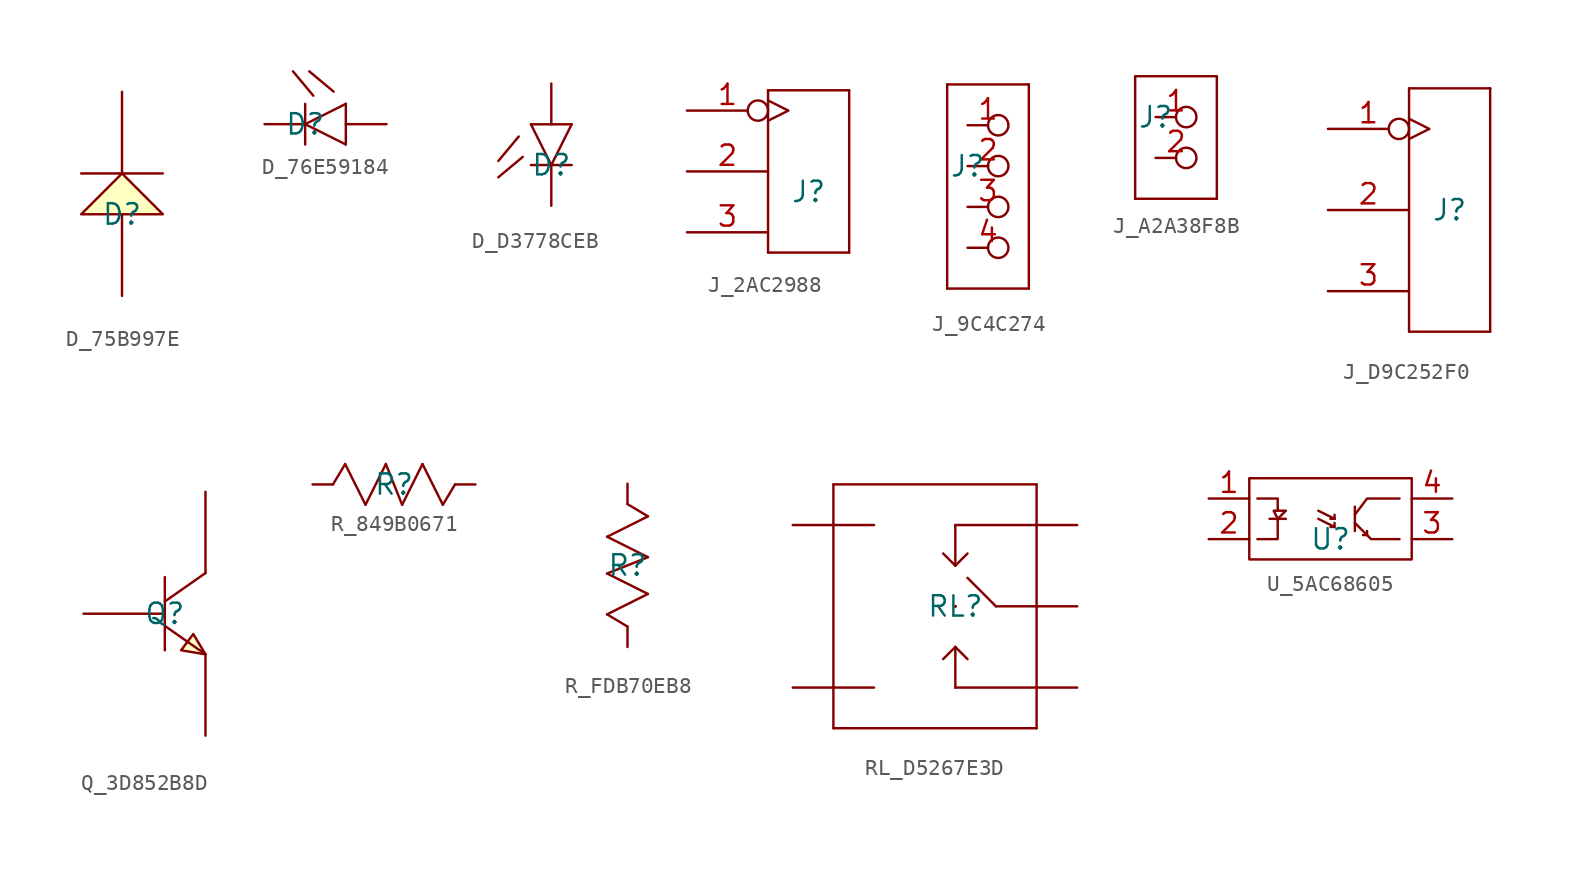
<source format=kicad_sym>
(kicad_symbol_lib
  (version 20211014)
  (generator kicad_symbol_editor)
  (symbol "D_75B997E"
    (pin_numbers hide)
    (pin_names
      (offset 2) hide)
    (property "Reference" "D"
      (at 0 0 0)
      (effects (font (size 1.27 1.27))))
    (property "Value" ""
      (at 0 0 0)
      (effects (font (size 1.27 1.27))))
    (symbol "D_75B997E_0_1"
      (polyline (pts (xy -2.54 2.54) (xy 2.54 2.54)) (stroke (width 0) (type default) (color 0 0 0 0)) (fill (type none)))
      (polyline (pts (xy 2.54 0) (xy 0 2.54) (xy -2.54 0) (xy 2.54 0)) (stroke (width 0) (type default) (color 0 0 0 0)) (fill (type background))))
    (symbol "D_75B997E_1_1"
      (pin passive line (at 0 -5.08 90) (length 5.08) (name "A" (effects (font (size 1.27 1.27)))) (number "1" (effects (font (size 1.27 1.27)))))
      (pin passive line (at 0 7.62 270) (length 5.08) (name "K" (effects (font (size 1.27 1.27)))) (number "2" (effects (font (size 1.27 1.27)))))))
  (symbol "D_76E59184"
    (pin_numbers hide)
    (pin_names
      (offset 2) hide)
    (property "Reference" "D"
      (at 0 0 0)
      (effects (font (size 1.27 1.27))))
    (property "Value" ""
      (at 0 0 0)
      (effects (font (size 1.27 1.27))))
    (symbol "D_76E59184_0_1"
      (polyline (pts (xy 0 -1.27) (xy 0 0)) (stroke (width 0) (type default) (color 0 0 0 0)) (fill (type none)))
      (polyline (pts (xy 0 0) (xy 0 1.27)) (stroke (width 0) (type default) (color 0 0 0 0)) (fill (type none)))
      (polyline (pts (xy 0 0) (xy 2.54 1.27)) (stroke (width 0) (type default) (color 0 0 0 0)) (fill (type none)))
      (polyline (pts (xy 0.508 1.778) (xy -0.762 3.302)) (stroke (width 0) (type default) (color 0 0 0 0)) (fill (type none)))
      (polyline (pts (xy 1.778 2.032) (xy 0.254 3.302)) (stroke (width 0) (type default) (color 0 0 0 0)) (fill (type none)))
      (polyline (pts (xy 2.54 -1.27) (xy 0 0)) (stroke (width 0) (type default) (color 0 0 0 0)) (fill (type none)))
      (polyline (pts (xy 2.54 -1.27) (xy 2.54 1.27)) (stroke (width 0) (type default) (color 0 0 0 0)) (fill (type none))))
    (symbol "D_76E59184_1_1"
      (pin passive line (at 5.08 0 180) (length 2.54) (name "ANODE" (effects (font (size 1.27 1.27)))) (number "1" (effects (font (size 1.27 1.27)))))
      (pin passive line (at -2.54 0 0) (length 2.54) (name "CATHODE" (effects (font (size 1.27 1.27)))) (number "2" (effects (font (size 1.27 1.27)))))))
  (symbol "D_D3778CEB"
    (pin_numbers hide)
    (pin_names
      (offset 2) hide)
    (property "Reference" "D"
      (at 0 0 0)
      (effects (font (size 1.27 1.27))))
    (property "Value" ""
      (at 0 0 0)
      (effects (font (size 1.27 1.27))))
    (symbol "D_D3778CEB_0_1"
      (polyline (pts (xy -2.032 1.778) (xy -3.302 0.254)) (stroke (width 0) (type default) (color 0 0 0 0)) (fill (type none)))
      (polyline (pts (xy -1.778 0.508) (xy -3.302 -0.762)) (stroke (width 0) (type default) (color 0 0 0 0)) (fill (type none)))
      (polyline (pts (xy 0 0) (xy -1.27 0)) (stroke (width 0) (type default) (color 0 0 0 0)) (fill (type none)))
      (polyline (pts (xy 0 0) (xy -1.27 2.54)) (stroke (width 0) (type default) (color 0 0 0 0)) (fill (type none)))
      (polyline (pts (xy 1.27 0) (xy 0 0)) (stroke (width 0) (type default) (color 0 0 0 0)) (fill (type none)))
      (polyline (pts (xy 1.27 2.54) (xy -1.27 2.54)) (stroke (width 0) (type default) (color 0 0 0 0)) (fill (type none)))
      (polyline (pts (xy 1.27 2.54) (xy 0 0)) (stroke (width 0) (type default) (color 0 0 0 0)) (fill (type none))))
    (symbol "D_D3778CEB_1_1"
      (pin passive line (at 0 5.08 270) (length 2.54) (name "ANODE" (effects (font (size 1.27 1.27)))) (number "1" (effects (font (size 1.27 1.27)))))
      (pin passive line (at 0 -2.54 90) (length 2.54) (name "CATHODE" (effects (font (size 1.27 1.27)))) (number "3" (effects (font (size 1.27 1.27)))))))
  (symbol "J_2AC2988"
    (pin_names
      (offset 2) hide)
    (property "Reference" "J"
      (at 0 0 0)
      (effects (font (size 1.27 1.27))))
    (property "Value" ""
      (at 0 0 0)
      (effects (font (size 1.27 1.27))))
    (symbol "J_2AC2988_0_1"
      (polyline (pts (xy -2.54 -3.81) (xy -2.54 6.35)) (stroke (width 0) (type default) (color 0 0 0 0)) (fill (type none)))
      (polyline (pts (xy -2.54 6.35) (xy 2.54 6.35)) (stroke (width 0) (type default) (color 0 0 0 0)) (fill (type none)))
      (polyline (pts (xy 2.54 -3.81) (xy -2.54 -3.81)) (stroke (width 0) (type default) (color 0 0 0 0)) (fill (type none)))
      (polyline (pts (xy 2.54 6.35) (xy 2.54 -3.81)) (stroke (width 0) (type default) (color 0 0 0 0)) (fill (type none))))
    (symbol "J_2AC2988_1_1"
      (pin passive inverted_clock (at -7.62 5.08 0) (length 5.08) (name "P$1" (effects (font (size 1.27 1.27)))) (number "1" (effects (font (size 1.27 1.27)))))
      (pin passive line (at -7.62 1.27 0) (length 5.08) (name "P$2" (effects (font (size 1.27 1.27)))) (number "2" (effects (font (size 1.27 1.27)))))
      (pin passive line (at -7.62 -2.54 0) (length 5.08) (name "P$3" (effects (font (size 1.27 1.27)))) (number "3" (effects (font (size 1.27 1.27)))))))
  (symbol "J_9C4C274"
    (pin_names
      (offset 2) hide)
    (property "Reference" "J"
      (at 0 0 0)
      (effects (font (size 1.27 1.27))))
    (symbol "J_9C4C274_0_1"
      (polyline (pts (xy -1.27 -7.62) (xy -1.27 5.08)) (stroke (width 0) (type default) (color 0 0 0 0)) (fill (type none)))
      (polyline (pts (xy -1.27 5.08) (xy 3.81 5.08)) (stroke (width 0) (type default) (color 0 0 0 0)) (fill (type none)))
      (polyline (pts (xy 3.81 -7.62) (xy -1.27 -7.62)) (stroke (width 0) (type default) (color 0 0 0 0)) (fill (type none)))
      (polyline (pts (xy 3.81 5.08) (xy 3.81 -7.62)) (stroke (width 0) (type default) (color 0 0 0 0)) (fill (type none))))
    (symbol "J_9C4C274_1_1"
      (pin passive inverted (at 0 2.54 0) (length 2.54) (name "1" (effects (font (size 1.27 1.27)))) (number "1" (effects (font (size 1.27 1.27)))))
      (pin passive inverted (at 0 0 0) (length 2.54) (name "2" (effects (font (size 1.27 1.27)))) (number "2" (effects (font (size 1.27 1.27)))))
      (pin passive inverted (at 0 -2.54 0) (length 2.54) (name "3" (effects (font (size 1.27 1.27)))) (number "3" (effects (font (size 1.27 1.27)))))
      (pin passive inverted (at 0 -5.08 0) (length 2.54) (name "4" (effects (font (size 1.27 1.27)))) (number "4" (effects (font (size 1.27 1.27)))))))
  (symbol "J_A2A38F8B"
    (pin_names
      (offset 2) hide)
    (property "Reference" "J"
      (at 0 0 0)
      (effects (font (size 1.27 1.27))))
    (property "Value" ""
      (at 0 0 0)
      (effects (font (size 1.27 1.27))))
    (symbol "J_A2A38F8B_0_1"
      (polyline (pts (xy -1.27 -5.08) (xy -1.27 2.54)) (stroke (width 0) (type default) (color 0 0 0 0)) (fill (type none)))
      (polyline (pts (xy -1.27 2.54) (xy 3.81 2.54)) (stroke (width 0) (type default) (color 0 0 0 0)) (fill (type none)))
      (polyline (pts (xy 3.81 -5.08) (xy -1.27 -5.08)) (stroke (width 0) (type default) (color 0 0 0 0)) (fill (type none)))
      (polyline (pts (xy 3.81 2.54) (xy 3.81 -5.08)) (stroke (width 0) (type default) (color 0 0 0 0)) (fill (type none))))
    (symbol "J_A2A38F8B_1_1"
      (pin passive inverted (at 0 0 0) (length 2.54) (name "1" (effects (font (size 1.27 1.27)))) (number "1" (effects (font (size 1.27 1.27)))))
      (pin passive inverted (at 0 -2.54 0) (length 2.54) (name "2" (effects (font (size 1.27 1.27)))) (number "2" (effects (font (size 1.27 1.27)))))))
  (symbol "J_D9C252F0"
    (pin_names
      (offset 2) hide)
    (property "Reference" "J"
      (at 0 0 0)
      (effects (font (size 1.27 1.27))))
    (property "Value" ""
      (at 0 0 0)
      (effects (font (size 1.27 1.27))))
    (symbol "J_D9C252F0_0_1"
      (polyline (pts (xy -2.54 -7.62) (xy -2.54 7.62)) (stroke (width 0) (type default) (color 0 0 0 0)) (fill (type none)))
      (polyline (pts (xy -2.54 7.62) (xy 2.54 7.62)) (stroke (width 0) (type default) (color 0 0 0 0)) (fill (type none)))
      (polyline (pts (xy 2.54 -7.62) (xy 0 -7.62) (xy -2.54 -7.62)) (stroke (width 0) (type default) (color 0 0 0 0)) (fill (type none)))
      (polyline (pts (xy 2.54 7.62) (xy 2.54 0) (xy 2.54 -7.62)) (stroke (width 0) (type default) (color 0 0 0 0)) (fill (type none))))
    (symbol "J_D9C252F0_1_1"
      (pin passive inverted_clock (at -7.62 5.08 0) (length 5.08) (name "P$1" (effects (font (size 1.27 1.27)))) (number "1" (effects (font (size 1.27 1.27)))))
      (pin passive line (at -7.62 0 0) (length 5.08) (name "P$2" (effects (font (size 1.27 1.27)))) (number "2" (effects (font (size 1.27 1.27)))))
      (pin passive line (at -7.62 -5.08 0) (length 5.08) (name "P$3" (effects (font (size 1.27 1.27)))) (number "3" (effects (font (size 1.27 1.27)))))))
  (symbol "Q_3D852B8D"
    (pin_numbers hide)
    (pin_names
      (offset 2) hide)
    (property "Reference" "Q"
      (at 0 0 0)
      (effects (font (size 1.27 1.27))))
    (property "Value" ""
      (at 0 0 0)
      (effects (font (size 1.27 1.27))))
    (symbol "Q_3D852B8D_0_1"
      (polyline (pts (xy 0 -0.762) (xy 2.54 -2.54)) (stroke (width 0) (type default) (color 0 0 0 0)) (fill (type none)))
      (polyline (pts (xy 0 2.286) (xy 0 -2.286)) (stroke (width 0) (type default) (color 0 0 0 0)) (fill (type none)))
      (polyline (pts (xy 2.54 2.54) (xy 0 0.762)) (stroke (width 0) (type default) (color 0 0 0 0)) (fill (type none)))
      (polyline (pts (xy 2.54 -2.54) (xy 1.778 -1.27) (xy 1.016 -2.286) (xy 2.54 -2.54)) (stroke (width 0) (type default) (color 0 0 0 0)) (fill (type background))))
    (symbol "Q_3D852B8D_1_1"
      (pin passive line (at 2.54 7.62 270) (length 5.08) (name "C" (effects (font (size 1.27 1.27)))) (number "1" (effects (font (size 1.27 1.27)))))
      (pin passive line (at -5.08 0 0) (length 5.08) (name "B" (effects (font (size 1.27 1.27)))) (number "2" (effects (font (size 1.27 1.27)))))
      (pin passive line (at 2.54 -7.62 90) (length 5.08) (name "E" (effects (font (size 1.27 1.27)))) (number "3" (effects (font (size 1.27 1.27)))))))
  (symbol "R_849B0671"
    (pin_numbers hide)
    (pin_names
      (offset 2) hide)
    (property "Reference" "R"
      (at 0 0 0)
      (effects (font (size 1.27 1.27))))
    (property "Value" ""
      (at 0 0 0)
      (effects (font (size 1.27 1.27))))
    (symbol "R_849B0671_0_1"
      (polyline (pts (xy -3.81 0) (xy -3.048 1.27)) (stroke (width 0) (type default) (color 0 0 0 0)) (fill (type none)))
      (polyline (pts (xy -3.048 1.27) (xy -1.778 -1.27)) (stroke (width 0) (type default) (color 0 0 0 0)) (fill (type none)))
      (polyline (pts (xy -1.778 -1.27) (xy -0.508 1.27)) (stroke (width 0) (type default) (color 0 0 0 0)) (fill (type none)))
      (polyline (pts (xy -0.508 1.27) (xy 0.508 -1.27)) (stroke (width 0) (type default) (color 0 0 0 0)) (fill (type none)))
      (polyline (pts (xy 0.508 -1.27) (xy 1.778 1.27)) (stroke (width 0) (type default) (color 0 0 0 0)) (fill (type none)))
      (polyline (pts (xy 1.778 1.27) (xy 3.048 -1.27)) (stroke (width 0) (type default) (color 0 0 0 0)) (fill (type none)))
      (polyline (pts (xy 3.048 -1.27) (xy 3.81 0)) (stroke (width 0) (type default) (color 0 0 0 0)) (fill (type none))))
    (symbol "R_849B0671_1_1"
      (pin passive line (at 5.08 0 180) (length 1.27) (name "1" (effects (font (size 1.27 1.27)))) (number "1" (effects (font (size 1.27 1.27)))))
      (pin passive line (at -5.08 0 0) (length 1.27) (name "2" (effects (font (size 1.27 1.27)))) (number "2" (effects (font (size 1.27 1.27)))))))
  (symbol "R_FDB70EB8"
    (pin_numbers hide)
    (pin_names
      (offset 2) hide)
    (property "Reference" "R"
      (at 0 0 0)
      (effects (font (size 1.27 1.27))))
    (property "Value" ""
      (at 0 0 0)
      (effects (font (size 1.27 1.27))))
    (symbol "R_FDB70EB8_0_1"
      (polyline (pts (xy -1.27 -3.048) (xy 0 -3.81)) (stroke (width 0) (type default) (color 0 0 0 0)) (fill (type none)))
      (polyline (pts (xy -1.27 -0.508) (xy 1.27 -1.778)) (stroke (width 0) (type default) (color 0 0 0 0)) (fill (type none)))
      (polyline (pts (xy -1.27 1.778) (xy 1.27 0.508)) (stroke (width 0) (type default) (color 0 0 0 0)) (fill (type none)))
      (polyline (pts (xy 0 3.81) (xy 1.27 3.048)) (stroke (width 0) (type default) (color 0 0 0 0)) (fill (type none)))
      (polyline (pts (xy 1.27 -1.778) (xy -1.27 -3.048)) (stroke (width 0) (type default) (color 0 0 0 0)) (fill (type none)))
      (polyline (pts (xy 1.27 0.508) (xy -1.27 -0.508)) (stroke (width 0) (type default) (color 0 0 0 0)) (fill (type none)))
      (polyline (pts (xy 1.27 3.048) (xy -1.27 1.778)) (stroke (width 0) (type default) (color 0 0 0 0)) (fill (type none))))
    (symbol "R_FDB70EB8_1_1"
      (pin passive line (at 0 -5.08 90) (length 1.27) (name "1" (effects (font (size 1.27 1.27)))) (number "1" (effects (font (size 1.27 1.27)))))
      (pin passive line (at 0 5.08 270) (length 1.27) (name "2" (effects (font (size 1.27 1.27)))) (number "2" (effects (font (size 1.27 1.27)))))))
  (symbol "RL_D5267E3D"
    (pin_numbers hide)
    (pin_names
      (offset 2) hide)
    (property "Reference" "RL"
      (at 0 0 0)
      (effects (font (size 1.27 1.27))))
    (property "Value" ""
      (at 0 0 0)
      (effects (font (size 1.27 1.27))))
    (symbol "RL_D5267E3D_0_1"
      (arc (start 0 0) (mid 0 0) (end 0 0) (stroke (width 0) (type default) (color 0 0 0 0)) (fill (type none)))
      (arc (start 0 0) (mid 0 0) (end 0 0) (stroke (width 0) (type default) (color 0 0 0 0)) (fill (type none)))
      (arc (start 0 0) (mid 0 0) (end 0 0) (stroke (width 0) (type default) (color 0 0 0 0)) (fill (type none)))
      (arc (start 0 0) (mid 0 0) (end 0 0) (stroke (width 0) (type default) (color 0 0 0 0)) (fill (type none)))
      (arc (start 0 0) (mid 0 0) (end 0 0) (stroke (width 0) (type default) (color 0 0 0 0)) (fill (type none)))
      (arc (start 0 0) (mid 0 0) (end 0 0) (stroke (width 0) (type default) (color 0 0 0 0)) (fill (type none)))
      (arc (start 0 0) (mid 0 0) (end 0 0) (stroke (width 0) (type default) (color 0 0 0 0)) (fill (type none)))
      (polyline (pts (xy -7.62 -7.62) (xy -7.62 -5.08)) (stroke (width 0) (type default) (color 0 0 0 0)) (fill (type none)))
      (polyline (pts (xy -7.62 -5.08) (xy -7.62 5.08)) (stroke (width 0) (type default) (color 0 0 0 0)) (fill (type none)))
      (polyline (pts (xy -7.62 -5.08) (xy -5.08 -5.08)) (stroke (width 0) (type default) (color 0 0 0 0)) (fill (type none)))
      (polyline (pts (xy -7.62 5.08) (xy -7.62 7.62)) (stroke (width 0) (type default) (color 0 0 0 0)) (fill (type none)))
      (polyline (pts (xy -7.62 5.08) (xy -5.08 5.08)) (stroke (width 0) (type default) (color 0 0 0 0)) (fill (type none)))
      (polyline (pts (xy -7.62 7.62) (xy 5.08 7.62)) (stroke (width 0) (type default) (color 0 0 0 0)) (fill (type none)))
      (polyline (pts (xy 0 -5.08) (xy 0 -2.54)) (stroke (width 0) (type default) (color 0 0 0 0)) (fill (type none)))
      (polyline (pts (xy 0 -2.54) (xy -0.762 -3.302)) (stroke (width 0) (type default) (color 0 0 0 0)) (fill (type none)))
      (polyline (pts (xy 0 -2.54) (xy 0.762 -3.302)) (stroke (width 0) (type default) (color 0 0 0 0)) (fill (type none)))
      (polyline (pts (xy 0 2.54) (xy -0.762 3.302)) (stroke (width 0) (type default) (color 0 0 0 0)) (fill (type none)))
      (polyline (pts (xy 0 2.54) (xy 0.762 3.302)) (stroke (width 0) (type default) (color 0 0 0 0)) (fill (type none)))
      (polyline (pts (xy 0 5.08) (xy 0 2.54)) (stroke (width 0) (type default) (color 0 0 0 0)) (fill (type none)))
      (polyline (pts (xy 2.54 0) (xy 0.762 1.778)) (stroke (width 0) (type default) (color 0 0 0 0)) (fill (type none)))
      (polyline (pts (xy 5.08 -7.62) (xy -7.62 -7.62)) (stroke (width 0) (type default) (color 0 0 0 0)) (fill (type none)))
      (polyline (pts (xy 5.08 -5.08) (xy 0 -5.08)) (stroke (width 0) (type default) (color 0 0 0 0)) (fill (type none)))
      (polyline (pts (xy 5.08 -5.08) (xy 5.08 -7.62)) (stroke (width 0) (type default) (color 0 0 0 0)) (fill (type none)))
      (polyline (pts (xy 5.08 0) (xy 2.54 0)) (stroke (width 0) (type default) (color 0 0 0 0)) (fill (type none)))
      (polyline (pts (xy 5.08 0) (xy 5.08 -5.08)) (stroke (width 0) (type default) (color 0 0 0 0)) (fill (type none)))
      (polyline (pts (xy 5.08 5.08) (xy 0 5.08)) (stroke (width 0) (type default) (color 0 0 0 0)) (fill (type none)))
      (polyline (pts (xy 5.08 5.08) (xy 5.08 0)) (stroke (width 0) (type default) (color 0 0 0 0)) (fill (type none)))
      (polyline (pts (xy 5.08 7.62) (xy 5.08 5.08)) (stroke (width 0) (type default) (color 0 0 0 0)) (fill (type none))))
    (symbol "RL_D5267E3D_1_1"
      (pin passive line (at 7.62 0 180) (length 2.54) (name "MAIN" (effects (font (size 1.27 1.27)))) (number "1" (effects (font (size 1.27 1.27)))))
      (pin passive line (at -10.16 5.08 0) (length 2.54) (name "COIL2" (effects (font (size 1.27 1.27)))) (number "2" (effects (font (size 1.27 1.27)))))
      (pin passive line (at 7.62 -5.08 180) (length 2.54) (name "NO" (effects (font (size 1.27 1.27)))) (number "3" (effects (font (size 1.27 1.27)))))
      (pin passive line (at 7.62 5.08 180) (length 2.54) (name "NC" (effects (font (size 1.27 1.27)))) (number "4" (effects (font (size 1.27 1.27)))))
      (pin passive line (at -10.16 -5.08 0) (length 2.54) (name "COIL1" (effects (font (size 1.27 1.27)))) (number "5" (effects (font (size 1.27 1.27)))))))
  (symbol "U_5AC68605"
    (pin_names
      (offset 2) hide)
    (property "Reference" "U"
      (at 0 0 0)
      (effects (font (size 1.27 1.27))))
    (property "Value" ""
      (at 0 0 0)
      (effects (font (size 1.27 1.27))))
    (symbol "U_5AC68605_0_1"
      (rectangle (start -5.08 3.81) (end 5.08 -1.27) (stroke (width 0) (type default) (color 0 0 0 0)) (fill (type none)))
      (polyline (pts (xy -3.81 1.27) (xy -2.794 1.27) (xy -2.794 1.27)) (stroke (width 0) (type default) (color 0 0 0 0)) (fill (type none)))
      (polyline (pts (xy -0.762 1.778) (xy 0.254 1.27) (xy 0.254 1.27)) (stroke (width 0) (type default) (color 0 0 0 0)) (fill (type none)))
      (polyline (pts (xy 0.254 0.762) (xy 0 0.762) (xy 0 0.762)) (stroke (width 0) (type default) (color 0 0 0 0)) (fill (type none)))
      (polyline (pts (xy 0.254 1.27) (xy 0 1.27) (xy 0 1.27)) (stroke (width 0) (type default) (color 0 0 0 0)) (fill (type none)))
      (polyline (pts (xy 0.254 1.27) (xy 0.254 1.524) (xy 0.254 1.524)) (stroke (width 0) (type default) (color 0 0 0 0)) (fill (type none)))
      (polyline (pts (xy 1.524 2.032) (xy 1.524 0.508) (xy 1.524 0.508)) (stroke (width 0) (type default) (color 0 0 0 0)) (fill (type none)))
      (polyline (pts (xy 2.286 0.254) (xy 2.032 0.254) (xy 2.032 0.254)) (stroke (width 0) (type default) (color 0 0 0 0)) (fill (type none)))
      (polyline (pts (xy 2.286 0.254) (xy 2.286 0.508) (xy 2.286 0.508)) (stroke (width 0) (type default) (color 0 0 0 0)) (fill (type none)))
      (polyline (pts (xy -3.302 1.27) (xy -3.302 0) (xy -4.572 0) (xy -4.572 0)) (stroke (width 0) (type default) (color 0 0 0 0)) (fill (type none)))
      (polyline (pts (xy -3.302 1.778) (xy -3.302 2.54) (xy -4.572 2.54) (xy -4.572 2.54)) (stroke (width 0) (type default) (color 0 0 0 0)) (fill (type none)))
      (polyline (pts (xy -0.762 1.27) (xy 0.254 0.762) (xy 0.254 1.016) (xy 0.254 1.016)) (stroke (width 0) (type default) (color 0 0 0 0)) (fill (type none)))
      (polyline (pts (xy 1.524 1.016) (xy 2.54 0) (xy 4.318 0) (xy 4.318 0)) (stroke (width 0) (type default) (color 0 0 0 0)) (fill (type none)))
      (polyline (pts (xy 1.524 1.524) (xy 2.286 2.54) (xy 4.318 2.54) (xy 4.318 2.54)) (stroke (width 0) (type default) (color 0 0 0 0)) (fill (type none)))
      (polyline (pts (xy -3.302 1.27) (xy -3.556 1.778) (xy -2.794 1.778) (xy -3.302 1.27) (xy -3.302 1.27)) (stroke (width 0) (type default) (color 0 0 0 0)) (fill (type none))))
    (symbol "U_5AC68605_1_1"
      (pin passive line (at -7.62 2.54 0) (length 2.54) (name "1" (effects (font (size 1.27 1.27)))) (number "1" (effects (font (size 1.27 1.27)))))
      (pin passive line (at -7.62 0 0) (length 2.54) (name "2" (effects (font (size 1.27 1.27)))) (number "2" (effects (font (size 1.27 1.27)))))
      (pin passive line (at 7.62 0 180) (length 2.54) (name "3" (effects (font (size 1.27 1.27)))) (number "3" (effects (font (size 1.27 1.27)))))
      (pin passive line (at 7.62 2.54 180) (length 2.54) (name "4" (effects (font (size 1.27 1.27)))) (number "4" (effects (font (size 1.27 1.27))))))))
</source>
